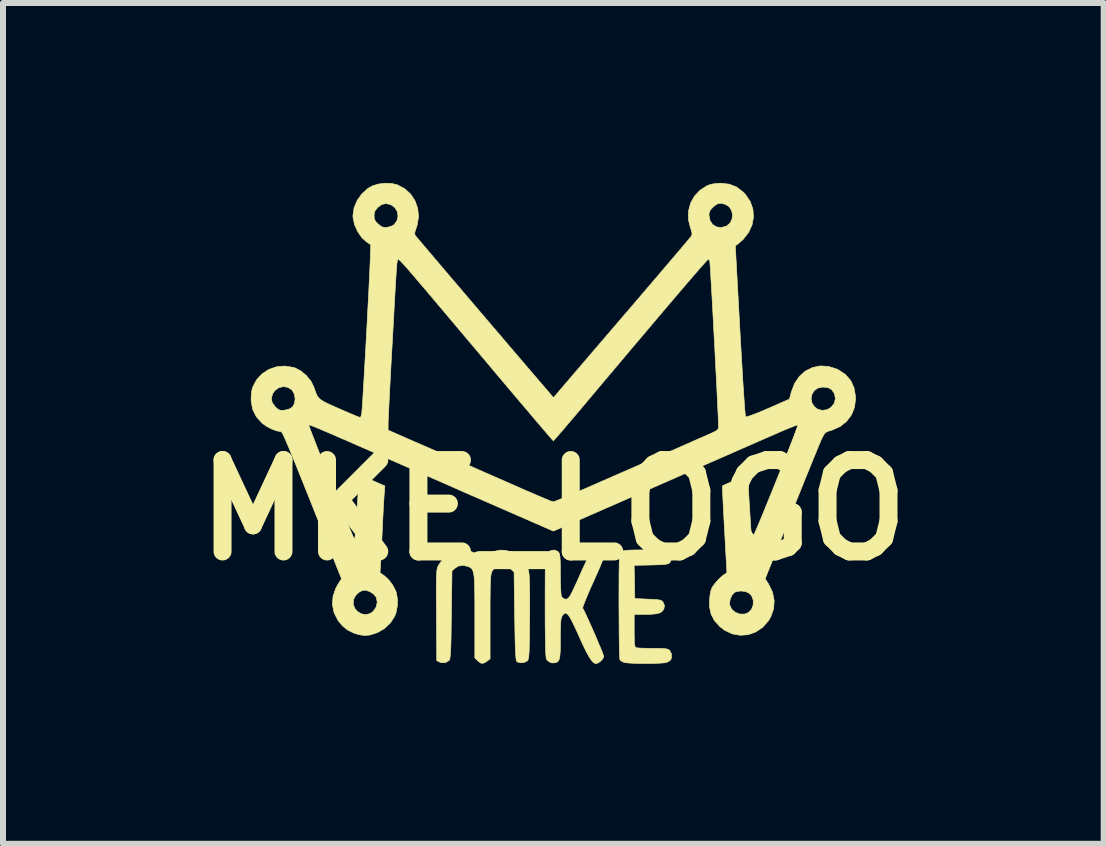
<source format=kicad_pcb>
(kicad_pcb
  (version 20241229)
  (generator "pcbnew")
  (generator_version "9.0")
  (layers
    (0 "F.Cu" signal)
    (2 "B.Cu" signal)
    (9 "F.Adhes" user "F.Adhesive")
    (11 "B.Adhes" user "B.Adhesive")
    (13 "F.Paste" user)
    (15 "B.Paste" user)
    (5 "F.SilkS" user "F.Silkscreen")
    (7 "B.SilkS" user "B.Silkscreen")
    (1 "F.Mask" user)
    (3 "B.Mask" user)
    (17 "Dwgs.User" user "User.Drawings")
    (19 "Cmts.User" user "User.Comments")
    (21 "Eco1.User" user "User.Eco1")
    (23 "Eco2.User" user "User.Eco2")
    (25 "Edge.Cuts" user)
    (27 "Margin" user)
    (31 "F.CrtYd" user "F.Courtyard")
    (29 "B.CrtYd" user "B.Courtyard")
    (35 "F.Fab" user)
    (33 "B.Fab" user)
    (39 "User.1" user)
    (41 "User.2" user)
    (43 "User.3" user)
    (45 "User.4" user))
  (footprint "MKE_LOGO"
    (layer "F.Cu")
    (at 6.176 5.455)
    (property "Reference" "MKE_LOGO" (at 0 0 0) (layer "F.SilkS") (effects (font (size 1.524 1.524) (thickness 0.3))))
    (attr through_hole)
    (fp_poly (pts (xy 1.668 0.665) (xy 1.765 0.666) (xy 1.834 0.669) (xy 1.881 0.673) (xy 1.912 0.68) (xy 1.931 0.69) (xy 1.941 0.7) (xy 1.969 0.758) (xy 1.967 0.824) (xy 1.946 0.871) (xy 1.931 0.886) (xy 1.909 0.896) (xy 1.873 0.904) (xy 1.815 0.909) (xy 1.731 0.912) (xy 1.633 0.915) (xy 1.347 0.921) (xy 1.353 1.198) (xy 1.358 1.475) (xy 1.582 1.485) (xy 1.678 1.49) (xy 1.744 1.495) (xy 1.785 1.502) (xy 1.809 1.513) (xy 1.825 1.53) (xy 1.835 1.547) (xy 1.853 1.594) (xy 1.845 1.639) (xy 1.841 1.65) (xy 1.816 1.687) (xy 1.776 1.713) (xy 1.716 1.729) (xy 1.628 1.737) (xy 1.532 1.739) (xy 1.348 1.739) (xy 1.348 2.01) (xy 1.349 2.121) (xy 1.351 2.198) (xy 1.356 2.248) (xy 1.363 2.277) (xy 1.374 2.291) (xy 1.379 2.294) (xy 1.41 2.298) (xy 1.471 2.302) (xy 1.554 2.304) (xy 1.65 2.306) (xy 1.659 2.306) (xy 1.765 2.306) (xy 1.838 2.309) (xy 1.886 2.314) (xy 1.917 2.323) (xy 1.937 2.337) (xy 1.941 2.341) (xy 1.967 2.393) (xy 1.971 2.455) (xy 1.958 2.495) (xy 1.93 2.518) (xy 1.889 2.539) (xy 1.848 2.547) (xy 1.777 2.552) (xy 1.684 2.556) (xy 1.579 2.558) (xy 1.47 2.557) (xy 1.366 2.555) (xy 1.276 2.551) (xy 1.208 2.545) (xy 1.173 2.538) (xy 1.131 2.515) (xy 1.11 2.495) (xy 1.107 2.471) (xy 1.104 2.412) (xy 1.101 2.322) (xy 1.099 2.206) (xy 1.097 2.066) (xy 1.096 1.908) (xy 1.095 1.735) (xy 1.094 1.6) (xy 1.094 1.393) (xy 1.095 1.22) (xy 1.095 1.08) (xy 1.097 0.969) (xy 1.098 0.882) (xy 1.101 0.818) (xy 1.105 0.771) (xy 1.109 0.739) (xy 1.115 0.718) (xy 1.123 0.705) (xy 1.13 0.697) (xy 1.147 0.685) (xy 1.175 0.677) (xy 1.217 0.671) (xy 1.28 0.667) (xy 1.37 0.665) (xy 1.491 0.664) (xy 1.537 0.664) (xy 1.668 0.665)) (stroke (width 0.01) (type solid)) (fill yes) (layer "F.SilkS"))
    (fp_poly (pts (xy -1.44 0.672) (xy -1.369 0.692) (xy -1.298 0.72) (xy -1.239 0.749) (xy -1.205 0.777) (xy -1.203 0.779) (xy -1.18 0.783) (xy -1.133 0.76) (xy -1.122 0.752) (xy -1.009 0.693) (xy -0.893 0.668) (xy -0.807 0.67) (xy -0.677 0.702) (xy -0.567 0.765) (xy -0.482 0.857) (xy -0.424 0.974) (xy -0.41 1.027) (xy -0.404 1.078) (xy -0.399 1.167) (xy -0.396 1.29) (xy -0.394 1.446) (xy -0.394 1.633) (xy -0.395 1.803) (xy -0.397 1.985) (xy -0.398 2.132) (xy -0.401 2.248) (xy -0.403 2.337) (xy -0.407 2.403) (xy -0.411 2.449) (xy -0.417 2.481) (xy -0.424 2.5) (xy -0.433 2.513) (xy -0.434 2.513) (xy -0.48 2.538) (xy -0.539 2.546) (xy -0.592 2.535) (xy -0.611 2.523) (xy -0.618 2.504) (xy -0.624 2.462) (xy -0.629 2.394) (xy -0.634 2.297) (xy -0.638 2.17) (xy -0.641 2.008) (xy -0.644 1.81) (xy -0.645 1.766) (xy -0.655 1.032) (xy -0.718 0.975) (xy -0.793 0.93) (xy -0.871 0.919) (xy -0.944 0.94) (xy -1.004 0.992) (xy -1.025 1.027) (xy -1.033 1.049) (xy -1.04 1.081) (xy -1.045 1.126) (xy -1.049 1.188) (xy -1.052 1.271) (xy -1.053 1.38) (xy -1.055 1.518) (xy -1.055 1.689) (xy -1.055 1.784) (xy -1.055 2.479) (xy -1.107 2.519) (xy -1.161 2.552) (xy -1.205 2.553) (xy -1.252 2.521) (xy -1.261 2.512) (xy -1.309 2.464) (xy -1.309 1.768) (xy -1.309 1.573) (xy -1.31 1.414) (xy -1.312 1.285) (xy -1.316 1.185) (xy -1.321 1.108) (xy -1.33 1.052) (xy -1.341 1.011) (xy -1.357 0.983) (xy -1.376 0.964) (xy -1.4 0.949) (xy -1.416 0.942) (xy -1.504 0.92) (xy -1.586 0.934) (xy -1.635 0.965) (xy -1.69 1.013) (xy -1.7 1.746) (xy -1.703 1.939) (xy -1.705 2.097) (xy -1.708 2.223) (xy -1.712 2.32) (xy -1.716 2.393) (xy -1.721 2.445) (xy -1.726 2.479) (xy -1.733 2.5) (xy -1.739 2.508) (xy -1.802 2.545) (xy -1.87 2.544) (xy -1.895 2.534) (xy -1.944 2.51) (xy -1.949 1.753) (xy -1.95 1.56) (xy -1.951 1.402) (xy -1.951 1.276) (xy -1.95 1.176) (xy -1.948 1.1) (xy -1.945 1.043) (xy -1.941 1.001) (xy -1.935 0.97) (xy -1.927 0.946) (xy -1.918 0.925) (xy -1.917 0.923) (xy -1.84 0.815) (xy -1.739 0.733) (xy -1.621 0.681) (xy -1.497 0.664) (xy -1.44 0.672)) (stroke (width 0.01) (type solid)) (fill yes) (layer "F.SilkS"))
    (fp_poly (pts (xy 0.071 0.687) (xy 0.085 0.7) (xy 0.097 0.719) (xy 0.106 0.747) (xy 0.111 0.792) (xy 0.115 0.859) (xy 0.117 0.953) (xy 0.117 1.073) (xy 0.118 1.194) (xy 0.122 1.299) (xy 0.127 1.38) (xy 0.133 1.433) (xy 0.137 1.447) (xy 0.173 1.478) (xy 0.206 1.485) (xy 0.224 1.483) (xy 0.242 1.474) (xy 0.262 1.454) (xy 0.285 1.419) (xy 0.314 1.365) (xy 0.35 1.288) (xy 0.398 1.185) (xy 0.457 1.051) (xy 0.478 1.004) (xy 0.524 0.904) (xy 0.566 0.816) (xy 0.603 0.746) (xy 0.629 0.701) (xy 0.639 0.689) (xy 0.694 0.668) (xy 0.753 0.675) (xy 0.805 0.705) (xy 0.836 0.752) (xy 0.84 0.78) (xy 0.832 0.808) (xy 0.81 0.866) (xy 0.777 0.948) (xy 0.733 1.048) (xy 0.683 1.162) (xy 0.657 1.218) (xy 0.605 1.334) (xy 0.561 1.439) (xy 0.525 1.526) (xy 0.5 1.591) (xy 0.489 1.628) (xy 0.489 1.635) (xy 0.504 1.661) (xy 0.531 1.716) (xy 0.567 1.794) (xy 0.61 1.887) (xy 0.655 1.99) (xy 0.702 2.096) (xy 0.745 2.199) (xy 0.784 2.291) (xy 0.815 2.367) (xy 0.834 2.419) (xy 0.84 2.441) (xy 0.825 2.478) (xy 0.788 2.519) (xy 0.743 2.55) (xy 0.712 2.56) (xy 0.68 2.55) (xy 0.645 2.518) (xy 0.605 2.461) (xy 0.557 2.377) (xy 0.5 2.261) (xy 0.44 2.13) (xy 0.376 1.987) (xy 0.324 1.878) (xy 0.283 1.8) (xy 0.249 1.749) (xy 0.221 1.722) (xy 0.197 1.718) (xy 0.173 1.732) (xy 0.148 1.762) (xy 0.148 1.763) (xy 0.136 1.786) (xy 0.128 1.823) (xy 0.122 1.878) (xy 0.119 1.958) (xy 0.117 2.068) (xy 0.117 2.14) (xy 0.117 2.272) (xy 0.114 2.371) (xy 0.108 2.442) (xy 0.097 2.489) (xy 0.081 2.519) (xy 0.058 2.536) (xy 0.029 2.546) (xy -0.02 2.548) (xy -0.052 2.54) (xy -0.096 2.509) (xy -0.116 2.484) (xy -0.122 2.452) (xy -0.127 2.382) (xy -0.131 2.273) (xy -0.134 2.125) (xy -0.136 1.94) (xy -0.137 1.716) (xy -0.137 1.606) (xy -0.137 1.403) (xy -0.136 1.235) (xy -0.136 1.1) (xy -0.135 0.992) (xy -0.133 0.908) (xy -0.13 0.846) (xy -0.126 0.8) (xy -0.121 0.768) (xy -0.115 0.746) (xy -0.107 0.73) (xy -0.097 0.717) (xy -0.096 0.716) (xy -0.044 0.675) (xy 0.016 0.665) (xy 0.071 0.687)) (stroke (width 0.01) (type solid)) (fill yes) (layer "F.SilkS"))
    (fp_poly (pts (xy -2.691 -5.445) (xy -2.605 -5.425) (xy -2.48 -5.36) (xy -2.379 -5.268) (xy -2.305 -5.155) (xy -2.261 -5.027) (xy -2.248 -4.89) (xy -2.271 -4.75) (xy -2.286 -4.705) (xy -2.307 -4.643) (xy -2.312 -4.605) (xy -2.303 -4.58) (xy -2.298 -4.573) (xy -2.184 -4.438) (xy -2.049 -4.279) (xy -1.898 -4.101) (xy -1.735 -3.909) (xy -1.564 -3.709) (xy -1.39 -3.504) (xy -1.216 -3.3) (xy -1.047 -3.102) (xy -0.887 -2.915) (xy -0.741 -2.743) (xy -0.611 -2.591) (xy -0.513 -2.476) (xy 0.002 -1.875) (xy 1.136 -3.199) (xy 1.304 -3.395) (xy 1.466 -3.584) (xy 1.618 -3.762) (xy 1.76 -3.928) (xy 1.889 -4.08) (xy 2.004 -4.215) (xy 2.103 -4.331) (xy 2.183 -4.426) (xy 2.244 -4.498) (xy 2.283 -4.545) (xy 2.297 -4.563) (xy 2.311 -4.592) (xy 2.311 -4.625) (xy 2.297 -4.675) (xy 2.286 -4.705) (xy 2.252 -4.845) (xy 2.252 -4.918) (xy 2.595 -4.918) (xy 2.611 -4.83) (xy 2.655 -4.763) (xy 2.72 -4.722) (xy 2.799 -4.711) (xy 2.884 -4.734) (xy 2.889 -4.737) (xy 2.947 -4.786) (xy 2.979 -4.853) (xy 2.987 -4.928) (xy 2.97 -5) (xy 2.929 -5.061) (xy 2.87 -5.097) (xy 2.799 -5.116) (xy 2.744 -5.11) (xy 2.69 -5.077) (xy 2.665 -5.055) (xy 2.619 -5.006) (xy 2.598 -4.96) (xy 2.595 -4.918) (xy 2.252 -4.918) (xy 2.253 -4.984) (xy 2.287 -5.115) (xy 2.352 -5.233) (xy 2.445 -5.333) (xy 2.562 -5.408) (xy 2.605 -5.425) (xy 2.658 -5.438) (xy 2.732 -5.447) (xy 2.794 -5.45) (xy 2.935 -5.434) (xy 3.059 -5.384) (xy 3.17 -5.298) (xy 3.201 -5.265) (xy 3.282 -5.146) (xy 3.327 -5.019) (xy 3.337 -4.886) (xy 3.313 -4.755) (xy 3.255 -4.629) (xy 3.164 -4.513) (xy 3.085 -4.444) (xy 3.034 -4.406) (xy 3.111 -2.989) (xy 3.124 -2.758) (xy 3.137 -2.537) (xy 3.149 -2.331) (xy 3.16 -2.143) (xy 3.171 -1.975) (xy 3.181 -1.831) (xy 3.189 -1.714) (xy 3.196 -1.627) (xy 3.202 -1.573) (xy 3.205 -1.555) (xy 3.228 -1.557) (xy 3.282 -1.574) (xy 3.363 -1.604) (xy 3.466 -1.645) (xy 3.58 -1.694) (xy 3.937 -1.851) (xy 3.94 -1.863) (xy 4.298 -1.863) (xy 4.31 -1.792) (xy 4.35 -1.726) (xy 4.406 -1.683) (xy 4.483 -1.662) (xy 4.564 -1.674) (xy 4.628 -1.711) (xy 4.683 -1.779) (xy 4.703 -1.858) (xy 4.687 -1.939) (xy 4.681 -1.951) (xy 4.639 -2.01) (xy 4.582 -2.041) (xy 4.501 -2.051) (xy 4.494 -2.052) (xy 4.412 -2.036) (xy 4.351 -1.994) (xy 4.313 -1.933) (xy 4.298 -1.863) (xy 3.94 -1.863) (xy 3.968 -1.97) (xy 4.023 -2.113) (xy 4.103 -2.23) (xy 4.204 -2.319) (xy 4.321 -2.377) (xy 4.45 -2.404) (xy 4.586 -2.396) (xy 4.725 -2.352) (xy 4.747 -2.342) (xy 4.868 -2.263) (xy 4.957 -2.162) (xy 5.013 -2.04) (xy 5.038 -1.894) (xy 5.039 -1.856) (xy 5.022 -1.716) (xy 4.971 -1.588) (xy 4.889 -1.479) (xy 4.781 -1.393) (xy 4.651 -1.336) (xy 4.644 -1.333) (xy 4.58 -1.314) (xy 4.54 -1.294) (xy 4.512 -1.261) (xy 4.483 -1.207) (xy 4.473 -1.187) (xy 4.456 -1.148) (xy 4.426 -1.076) (xy 4.385 -0.976) (xy 4.333 -0.85) (xy 4.273 -0.701) (xy 4.205 -0.535) (xy 4.132 -0.353) (xy 4.054 -0.159) (xy 3.976 0.036) (xy 3.532 1.144) (xy 3.592 1.239) (xy 3.655 1.372) (xy 3.682 1.511) (xy 3.672 1.649) (xy 3.624 1.782) (xy 3.586 1.846) (xy 3.489 1.955) (xy 3.375 2.032) (xy 3.249 2.077) (xy 3.118 2.087) (xy 2.986 2.064) (xy 2.86 2.006) (xy 2.779 1.944) (xy 2.687 1.844) (xy 2.63 1.736) (xy 2.604 1.613) (xy 2.603 1.542) (xy 2.938 1.542) (xy 2.941 1.584) (xy 2.974 1.654) (xy 3.033 1.705) (xy 3.107 1.733) (xy 3.186 1.734) (xy 3.252 1.709) (xy 3.305 1.653) (xy 3.332 1.58) (xy 3.333 1.502) (xy 3.307 1.43) (xy 3.269 1.388) (xy 3.206 1.358) (xy 3.126 1.348) (xy 3.051 1.359) (xy 3.026 1.369) (xy 2.984 1.41) (xy 2.953 1.472) (xy 2.938 1.542) (xy 2.603 1.542) (xy 2.603 1.505) (xy 2.612 1.422) (xy 2.626 1.347) (xy 2.644 1.296) (xy 2.69 1.228) (xy 2.754 1.155) (xy 2.822 1.093) (xy 2.849 1.074) (xy 2.894 1.045) (xy 2.854 0.324) (xy 2.845 0.16) (xy 2.837 0.009) (xy 2.83 -0.125) (xy 2.825 -0.237) (xy 2.821 -0.324) (xy 2.819 -0.381) (xy 2.819 -0.403) (xy 2.819 -0.403) (xy 2.84 -0.414) (xy 2.887 -0.436) (xy 2.951 -0.464) (xy 3.025 -0.496) (xy 3.099 -0.527) (xy 3.164 -0.554) (xy 3.213 -0.573) (xy 3.235 -0.581) (xy 3.236 -0.581) (xy 3.238 -0.561) (xy 3.242 -0.507) (xy 3.248 -0.424) (xy 3.255 -0.317) (xy 3.262 -0.192) (xy 3.27 -0.054) (xy 3.271 -0.051) (xy 3.279 0.088) (xy 3.287 0.214) (xy 3.294 0.321) (xy 3.3 0.405) (xy 3.305 0.46) (xy 3.308 0.482) (xy 3.308 0.482) (xy 3.319 0.467) (xy 3.342 0.417) (xy 3.379 0.333) (xy 3.429 0.216) (xy 3.491 0.067) (xy 3.564 -0.112) (xy 3.649 -0.321) (xy 3.744 -0.557) (xy 3.848 -0.818) (xy 3.905 -0.961) (xy 3.956 -1.092) (xy 4.001 -1.207) (xy 4.036 -1.302) (xy 4.062 -1.371) (xy 4.075 -1.412) (xy 4.076 -1.421) (xy 4.056 -1.416) (xy 4.007 -1.398) (xy 3.934 -1.369) (xy 3.844 -1.332) (xy 3.777 -1.303) (xy 3.664 -1.253) (xy 3.532 -1.196) (xy 3.387 -1.132) (xy 3.231 -1.064) (xy 3.071 -0.994) (xy 2.91 -0.923) (xy 2.753 -0.854) (xy 2.603 -0.789) (xy 2.466 -0.728) (xy 2.346 -0.676) (xy 2.246 -0.632) (xy 2.172 -0.599) (xy 2.128 -0.58) (xy 2.12 -0.576) (xy 2.089 -0.563) (xy 2.027 -0.535) (xy 1.938 -0.496) (xy 1.825 -0.447) (xy 1.693 -0.389) (xy 1.547 -0.325) (xy 1.39 -0.256) (xy 1.338 -0.234) (xy 1.179 -0.164) (xy 1.028 -0.098) (xy 0.891 -0.038) (xy 0.772 0.014) (xy 0.675 0.057) (xy 0.604 0.088) (xy 0.563 0.106) (xy 0.557 0.108) (xy 0.517 0.126) (xy 0.451 0.155) (xy 0.365 0.192) (xy 0.27 0.233) (xy 0.25 0.242) (xy 0.001 0.35) (xy -0.805 -0.002) (xy -0.974 -0.076) (xy -1.133 -0.145) (xy -1.279 -0.209) (xy -1.408 -0.265) (xy -1.516 -0.312) (xy -1.598 -0.349) (xy -1.652 -0.372) (xy -1.671 -0.381) (xy -1.707 -0.397) (xy -1.776 -0.427) (xy -1.875 -0.471) (xy -2.001 -0.526) (xy -2.151 -0.592) (xy -2.322 -0.667) (xy -2.511 -0.75) (xy -2.715 -0.839) (xy -2.931 -0.934) (xy -3.157 -1.033) (xy -3.263 -1.079) (xy -3.457 -1.164) (xy -3.619 -1.234) (xy -3.75 -1.291) (xy -3.849 -1.333) (xy -2.755 -1.333) (xy -1.968 -0.989) (xy -1.775 -0.905) (xy -1.567 -0.814) (xy -1.354 -0.721) (xy -1.144 -0.628) (xy -0.945 -0.541) (xy -0.765 -0.462) (xy -0.612 -0.395) (xy -0.606 -0.392) (xy -0.465 -0.33) (xy -0.335 -0.274) (xy -0.221 -0.225) (xy -0.126 -0.185) (xy -0.056 -0.156) (xy -0.015 -0.14) (xy -0.006 -0.137) (xy 0.019 -0.145) (xy 0.073 -0.165) (xy 0.152 -0.197) (xy 0.248 -0.237) (xy 0.358 -0.284) (xy 0.375 -0.291) (xy 0.458 -0.327) (xy 0.569 -0.375) (xy 0.705 -0.435) (xy 0.859 -0.502) (xy 1.027 -0.576) (xy 1.204 -0.653) (xy 1.385 -0.732) (xy 1.563 -0.81) (xy 1.735 -0.886) (xy 1.895 -0.956) (xy 2.038 -1.019) (xy 2.158 -1.072) (xy 2.252 -1.113) (xy 2.296 -1.133) (xy 2.347 -1.156) (xy 2.423 -1.189) (xy 2.51 -1.227) (xy 2.564 -1.251) (xy 2.65 -1.289) (xy 2.705 -1.317) (xy 2.737 -1.339) (xy 2.751 -1.36) (xy 2.755 -1.385) (xy 2.755 -1.385) (xy 2.753 -1.43) (xy 2.75 -1.508) (xy 2.746 -1.615) (xy 2.739 -1.747) (xy 2.732 -1.9) (xy 2.724 -2.071) (xy 2.714 -2.256) (xy 2.704 -2.451) (xy 2.694 -2.651) (xy 2.683 -2.854) (xy 2.672 -3.055) (xy 2.662 -3.251) (xy 2.652 -3.437) (xy 2.642 -3.61) (xy 2.633 -3.766) (xy 2.625 -3.901) (xy 2.619 -4.012) (xy 2.613 -4.094) (xy 2.609 -4.143) (xy 2.608 -4.157) (xy 2.589 -4.18) (xy 2.581 -4.181) (xy 2.565 -4.167) (xy 2.525 -4.123) (xy 2.46 -4.051) (xy 2.372 -3.949) (xy 2.259 -3.818) (xy 2.122 -3.658) (xy 1.96 -3.468) (xy 1.774 -3.249) (xy 1.564 -3) (xy 1.328 -2.722) (xy 1.068 -2.413) (xy 0.783 -2.075) (xy 0.596 -1.852) (xy 0.477 -1.711) (xy 0.366 -1.579) (xy 0.264 -1.46) (xy 0.176 -1.356) (xy 0.103 -1.271) (xy 0.047 -1.207) (xy 0.012 -1.168) (xy 0 -1.155) (xy -0.014 -1.17) (xy -0.051 -1.212) (xy -0.109 -1.28) (xy -0.187 -1.371) (xy -0.283 -1.483) (xy -0.394 -1.615) (xy -0.52 -1.763) (xy -0.657 -1.925) (xy -0.805 -2.1) (xy -0.961 -2.285) (xy -1.055 -2.397) (xy -1.283 -2.668) (xy -1.488 -2.911) (xy -1.67 -3.127) (xy -1.831 -3.318) (xy -1.972 -3.485) (xy -2.094 -3.63) (xy -2.199 -3.753) (xy -2.288 -3.858) (xy -2.363 -3.945) (xy -2.424 -4.016) (xy -2.473 -4.072) (xy -2.512 -4.114) (xy -2.541 -4.145) (xy -2.563 -4.166) (xy -2.578 -4.178) (xy -2.587 -4.183) (xy -2.593 -4.183) (xy -2.596 -4.178) (xy -2.597 -4.171) (xy -2.599 -4.162) (xy -2.599 -4.161) (xy -2.602 -4.149) (xy -2.605 -4.135) (xy -2.608 -4.115) (xy -2.61 -4.088) (xy -2.614 -4.049) (xy -2.617 -3.998) (xy -2.622 -3.93) (xy -2.627 -3.844) (xy -2.634 -3.736) (xy -2.641 -3.605) (xy -2.65 -3.447) (xy -2.66 -3.259) (xy -2.672 -3.04) (xy -2.686 -2.786) (xy -2.697 -2.599) (xy -2.708 -2.395) (xy -2.718 -2.2) (xy -2.728 -2.019) (xy -2.736 -1.855) (xy -2.743 -1.711) (xy -2.749 -1.593) (xy -2.753 -1.504) (xy -2.755 -1.448) (xy -2.755 -1.433) (xy -2.755 -1.333) (xy -3.849 -1.333) (xy -3.855 -1.336) (xy -3.935 -1.37) (xy -3.995 -1.394) (xy -4.036 -1.409) (xy -4.061 -1.418) (xy -4.075 -1.42) (xy -4.078 -1.419) (xy -4.072 -1.4) (xy -4.054 -1.349) (xy -4.024 -1.27) (xy -3.984 -1.167) (xy -3.936 -1.044) (xy -3.882 -0.906) (xy -3.823 -0.756) (xy -3.76 -0.599) (xy -3.696 -0.439) (xy -3.632 -0.279) (xy -3.57 -0.124) (xy -3.512 0.021) (xy -3.458 0.154) (xy -3.411 0.269) (xy -3.372 0.362) (xy -3.343 0.43) (xy -3.326 0.469) (xy -3.322 0.476) (xy -3.316 0.475) (xy -3.309 0.457) (xy -3.303 0.418) (xy -3.297 0.356) (xy -3.29 0.267) (xy -3.282 0.149) (xy -3.272 -0.002) (xy -3.262 -0.189) (xy -3.261 -0.195) (xy -3.254 -0.313) (xy -3.248 -0.416) (xy -3.243 -0.499) (xy -3.238 -0.556) (xy -3.235 -0.581) (xy -3.235 -0.581) (xy -3.217 -0.576) (xy -3.169 -0.558) (xy -3.101 -0.529) (xy -3.02 -0.495) (xy -2.809 -0.403) (xy -2.821 -0.255) (xy -2.825 -0.191) (xy -2.831 -0.096) (xy -2.837 0.021) (xy -2.844 0.153) (xy -2.85 0.29) (xy -2.852 0.332) (xy -2.859 0.469) (xy -2.865 0.602) (xy -2.871 0.722) (xy -2.876 0.822) (xy -2.88 0.893) (xy -2.881 0.909) (xy -2.89 1.045) (xy -2.821 1.093) (xy -2.747 1.159) (xy -2.679 1.249) (xy -2.629 1.345) (xy -2.621 1.366) (xy -2.6 1.473) (xy -2.601 1.594) (xy -2.623 1.711) (xy -2.645 1.769) (xy -2.717 1.881) (xy -2.816 1.974) (xy -2.933 2.043) (xy -3.06 2.083) (xy -3.144 2.09) (xy -3.205 2.083) (xy -3.278 2.066) (xy -3.314 2.055) (xy -3.425 2.003) (xy -3.517 1.929) (xy -3.592 1.837) (xy -3.655 1.712) (xy -3.683 1.578) (xy -3.682 1.573) (xy -3.336 1.573) (xy -3.309 1.642) (xy -3.259 1.696) (xy -3.195 1.731) (xy -3.123 1.742) (xy -3.052 1.724) (xy -3.002 1.688) (xy -2.954 1.616) (xy -2.936 1.535) (xy -2.952 1.456) (xy -2.953 1.452) (xy -2.995 1.401) (xy -3.057 1.36) (xy -3.125 1.337) (xy -3.177 1.337) (xy -3.242 1.37) (xy -3.298 1.426) (xy -3.332 1.491) (xy -3.333 1.493) (xy -3.336 1.573) (xy -3.682 1.573) (xy -3.674 1.44) (xy -3.628 1.304) (xy -3.592 1.239) (xy -3.532 1.144) (xy -3.908 0.206) (xy -4.016 -0.065) (xy -4.111 -0.302) (xy -4.193 -0.507) (xy -4.264 -0.683) (xy -4.324 -0.831) (xy -4.375 -0.954) (xy -4.416 -1.055) (xy -4.45 -1.135) (xy -4.477 -1.196) (xy -4.498 -1.242) (xy -4.513 -1.274) (xy -4.525 -1.294) (xy -4.534 -1.305) (xy -4.54 -1.309) (xy -4.542 -1.309) (xy -4.614 -1.321) (xy -4.7 -1.354) (xy -4.787 -1.4) (xy -4.855 -1.45) (xy -4.952 -1.557) (xy -5.013 -1.678) (xy -5.038 -1.814) (xy -5.039 -1.856) (xy -5.039 -1.864) (xy -4.702 -1.864) (xy -4.688 -1.794) (xy -4.637 -1.723) (xy -4.629 -1.714) (xy -4.587 -1.678) (xy -4.548 -1.663) (xy -4.493 -1.665) (xy -4.481 -1.666) (xy -4.404 -1.685) (xy -4.35 -1.718) (xy -4.316 -1.777) (xy -4.305 -1.852) (xy -4.317 -1.93) (xy -4.351 -1.995) (xy -4.359 -2.004) (xy -4.428 -2.048) (xy -4.504 -2.059) (xy -4.58 -2.04) (xy -4.645 -1.992) (xy -4.68 -1.94) (xy -4.702 -1.864) (xy -5.039 -1.864) (xy -5.035 -1.934) (xy -5.025 -2.005) (xy -5.015 -2.045) (xy -4.949 -2.171) (xy -4.857 -2.271) (xy -4.744 -2.345) (xy -4.615 -2.39) (xy -4.477 -2.402) (xy -4.335 -2.379) (xy -4.308 -2.371) (xy -4.209 -2.32) (xy -4.116 -2.241) (xy -4.04 -2.147) (xy -3.997 -2.061) (xy -3.974 -1.996) (xy -3.956 -1.946) (xy -3.937 -1.905) (xy -3.913 -1.872) (xy -3.88 -1.842) (xy -3.832 -1.812) (xy -3.767 -1.778) (xy -3.679 -1.738) (xy -3.563 -1.687) (xy -3.439 -1.633) (xy -3.357 -1.598) (xy -3.288 -1.569) (xy -3.239 -1.55) (xy -3.22 -1.544) (xy -3.208 -1.561) (xy -3.196 -1.602) (xy -3.195 -1.607) (xy -3.192 -1.639) (xy -3.187 -1.705) (xy -3.18 -1.803) (xy -3.173 -1.927) (xy -3.164 -2.074) (xy -3.154 -2.239) (xy -3.144 -2.419) (xy -3.133 -2.609) (xy -3.122 -2.805) (xy -3.111 -3.004) (xy -3.101 -3.2) (xy -3.091 -3.391) (xy -3.081 -3.571) (xy -3.073 -3.738) (xy -3.066 -3.885) (xy -3.06 -4.011) (xy -3.056 -4.103) (xy -3.044 -4.425) (xy -3.113 -4.471) (xy -3.195 -4.545) (xy -3.264 -4.646) (xy -3.315 -4.761) (xy -3.34 -4.879) (xy -3.341 -4.908) (xy -2.989 -4.908) (xy -2.984 -4.853) (xy -2.962 -4.811) (xy -2.918 -4.767) (xy -2.868 -4.728) (xy -2.827 -4.713) (xy -2.776 -4.714) (xy -2.77 -4.715) (xy -2.71 -4.73) (xy -2.662 -4.754) (xy -2.656 -4.758) (xy -2.608 -4.825) (xy -2.59 -4.902) (xy -2.602 -4.979) (xy -2.642 -5.045) (xy -2.708 -5.092) (xy -2.708 -5.092) (xy -2.789 -5.112) (xy -2.86 -5.096) (xy -2.931 -5.044) (xy -2.933 -5.041) (xy -2.975 -4.987) (xy -2.989 -4.924) (xy -2.989 -4.908) (xy -3.341 -4.908) (xy -3.341 -4.913) (xy -3.323 -5.038) (xy -3.272 -5.161) (xy -3.194 -5.271) (xy -3.095 -5.361) (xy -3.019 -5.405) (xy -2.92 -5.436) (xy -2.805 -5.45) (xy -2.691 -5.445)) (stroke (width 0.01) (type solid)) (fill yes) (layer "F.SilkS")))
  (gr_rect
    (start -3 -3)
    (end 15.352 11.019)
    (stroke (width 0.1) (type default))
    (fill no)
    (layer "Edge.Cuts")))
</source>
